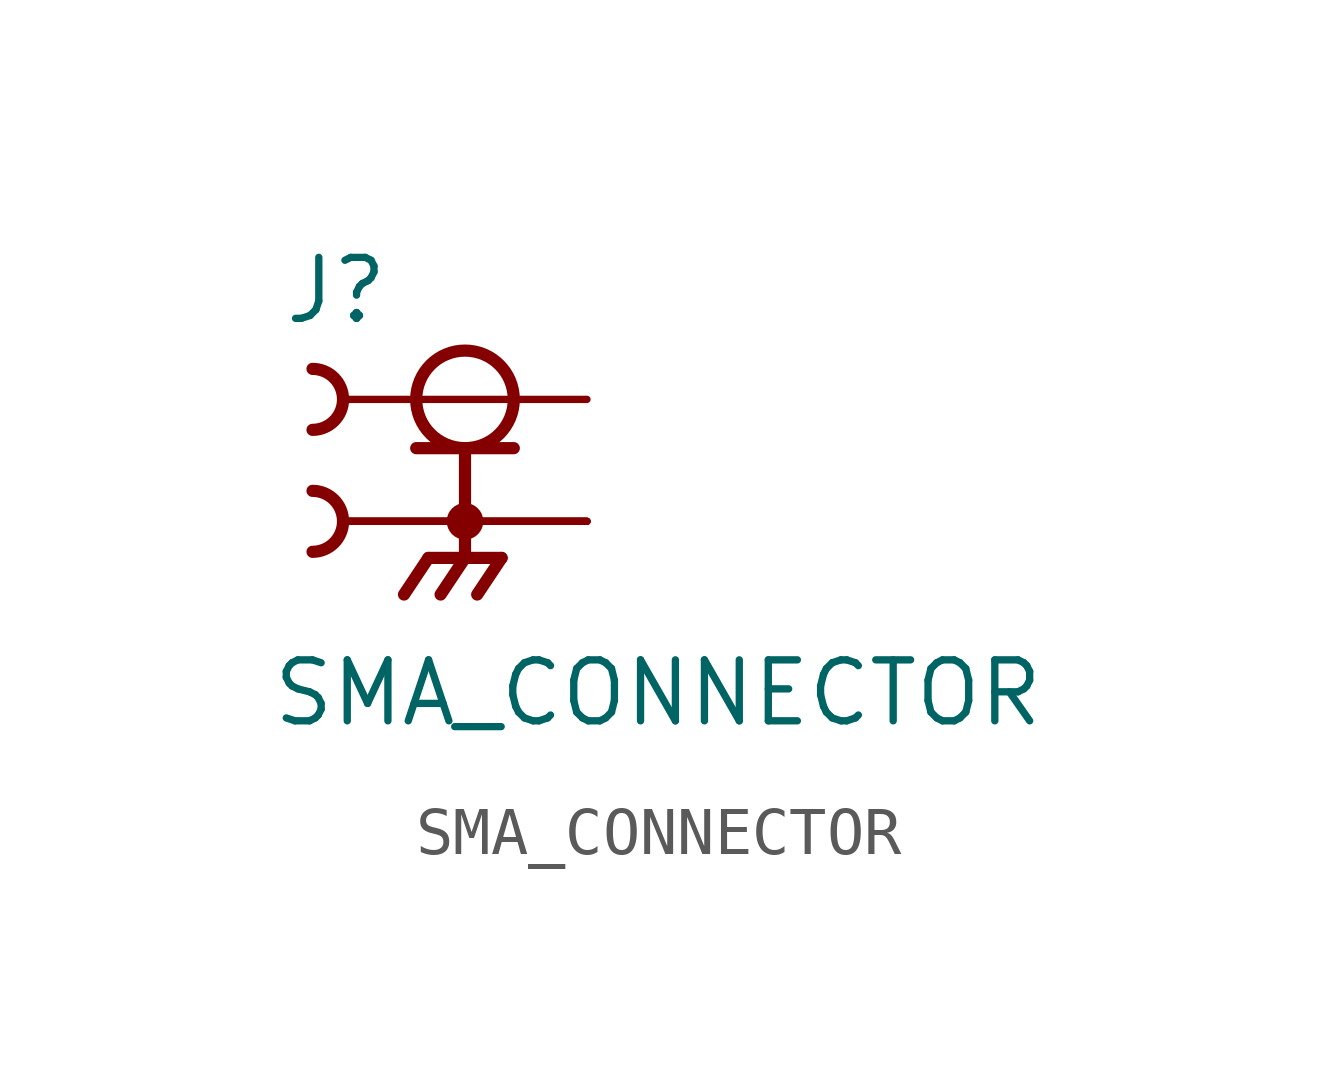
<source format=kicad_sym>
(kicad_symbol_lib
  (version 20220914)
  (generator kicad_symbol_editor)
  (symbol "SMA_CONNECTOR"
    (pin_numbers hide)
    (pin_names
      (offset 1.016) hide)
    (property "Reference" "J"
      (at -3.81 1.524 0)
      (effects (font (size 1.27 1.27)) (justify left bottom)))
    (property "Value" "SMA_CONNECTOR"
      (at -4.064 -6.858 0)
      (effects (font (size 1.27 1.27)) (justify left bottom)))
    (symbol "SMA_CONNECTOR_0_0"
      (arc (start -3.175 -3.175) (mid -2.5427 -2.54) (end -3.175 -1.905) (stroke (width 0.254) (type default)) (fill (type none)))
      (arc (start -3.175 -0.635) (mid -2.5427 0) (end -3.175 0.635) (stroke (width 0.254) (type default)) (fill (type none)))
      (circle (center 0 -2.54) (radius 0.254) (stroke (width 0.254) (type default)) (fill (type none)))
      (polyline (pts (xy -1.016 -1.016) (xy 0 -1.016)) (stroke (width 0.254) (type default)) (fill (type none)))
      (polyline (pts (xy -0.762 -3.302) (xy -1.27 -4.064)) (stroke (width 0.254) (type default)) (fill (type none)))
      (polyline (pts (xy 0 -3.302) (xy -0.762 -3.302)) (stroke (width 0.254) (type default)) (fill (type none)))
      (polyline (pts (xy 0 -3.302) (xy -0.508 -4.064)) (stroke (width 0.254) (type default)) (fill (type none)))
      (polyline (pts (xy 0 -3.302) (xy 0.762 -3.302)) (stroke (width 0.254) (type default)) (fill (type none)))
      (polyline (pts (xy 0 -1.016) (xy 0 -3.302)) (stroke (width 0.254) (type default)) (fill (type none)))
      (polyline (pts (xy 0 -1.016) (xy 1.016 -1.016)) (stroke (width 0.254) (type default)) (fill (type none)))
      (polyline (pts (xy 0.762 -3.302) (xy 0.254 -4.064)) (stroke (width 0.254) (type default)) (fill (type none)))
      (circle (center 0 0) (radius 1.016) (stroke (width 0.254) (type default)) (fill (type none)))
      (pin passive line (at 2.54 0 180) (length 5.08) (name "~" (effects (font (size 1.016 1.016)))) (number "1" (effects (font (size 1.016 1.016)))))
      (pin passive line (at 2.54 -2.54 180) (length 5.08) (name "~" (effects (font (size 1.016 1.016)))) (number "G1" (effects (font (size 1.016 1.016)))))
      (pin passive line (at 2.54 -2.54 180) (length 5.08) (name "~" (effects (font (size 1.016 1.016)))) (number "G2" (effects (font (size 1.016 1.016)))))
      (pin passive line (at 2.54 -2.54 180) (length 5.08) (name "~" (effects (font (size 1.016 1.016)))) (number "G3" (effects (font (size 1.016 1.016)))))
      (pin passive line (at 2.54 -2.54 180) (length 5.08) (name "~" (effects (font (size 1.016 1.016)))) (number "G4" (effects (font (size 1.016 1.016))))))))
</source>
